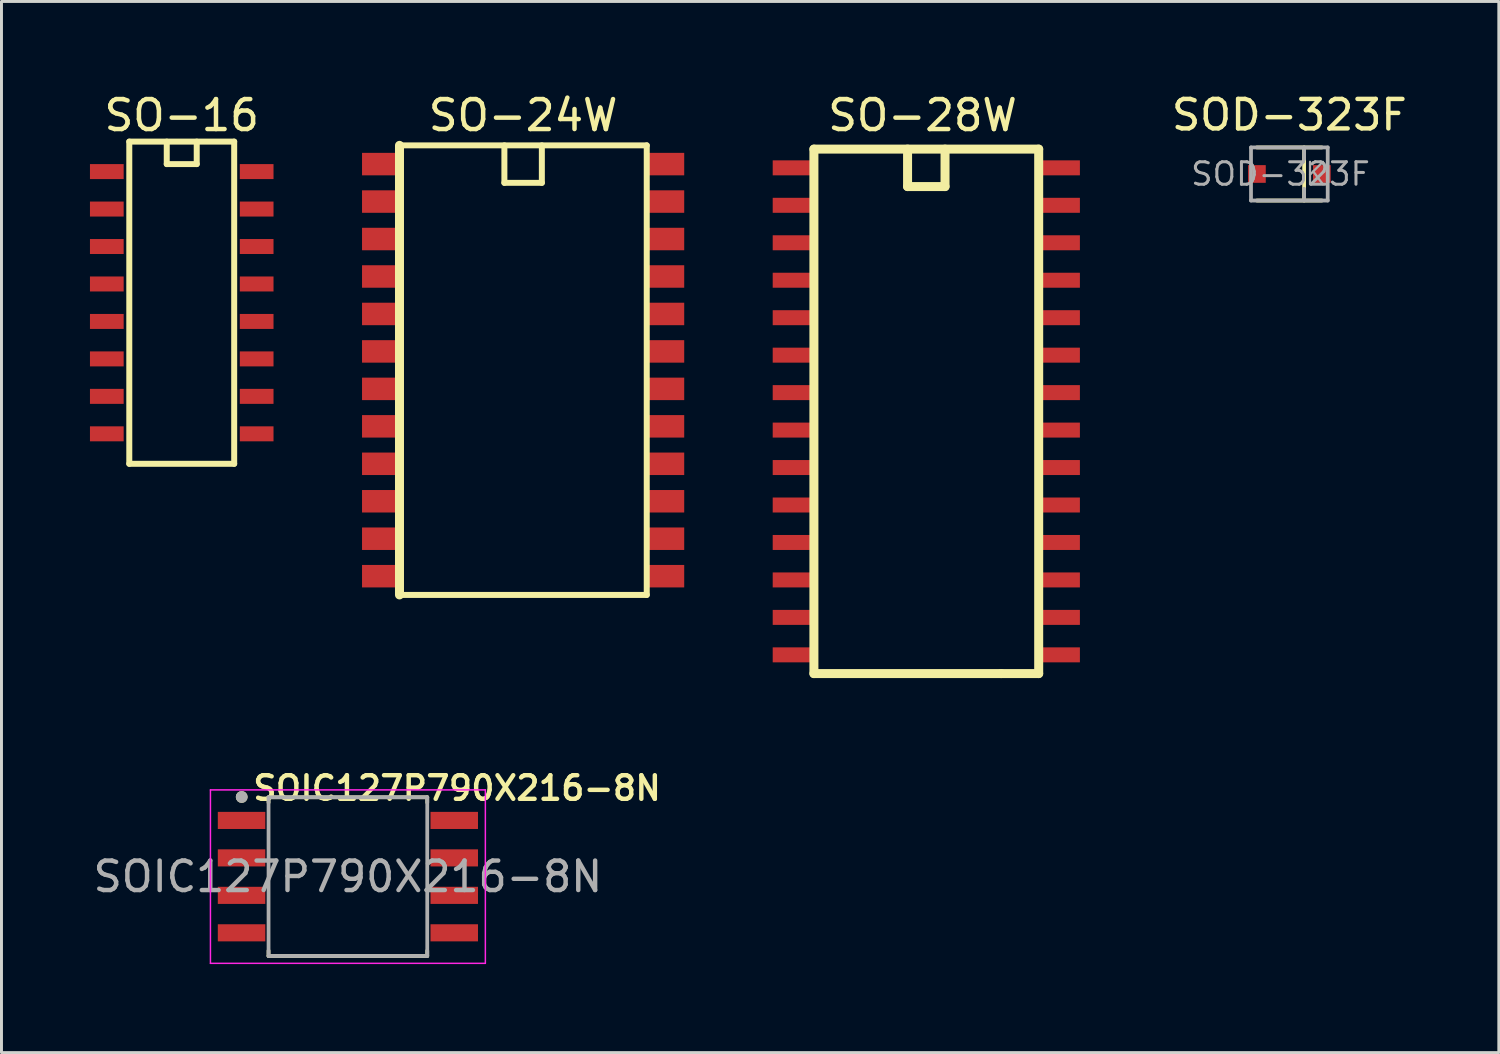
<source format=kicad_pcb>
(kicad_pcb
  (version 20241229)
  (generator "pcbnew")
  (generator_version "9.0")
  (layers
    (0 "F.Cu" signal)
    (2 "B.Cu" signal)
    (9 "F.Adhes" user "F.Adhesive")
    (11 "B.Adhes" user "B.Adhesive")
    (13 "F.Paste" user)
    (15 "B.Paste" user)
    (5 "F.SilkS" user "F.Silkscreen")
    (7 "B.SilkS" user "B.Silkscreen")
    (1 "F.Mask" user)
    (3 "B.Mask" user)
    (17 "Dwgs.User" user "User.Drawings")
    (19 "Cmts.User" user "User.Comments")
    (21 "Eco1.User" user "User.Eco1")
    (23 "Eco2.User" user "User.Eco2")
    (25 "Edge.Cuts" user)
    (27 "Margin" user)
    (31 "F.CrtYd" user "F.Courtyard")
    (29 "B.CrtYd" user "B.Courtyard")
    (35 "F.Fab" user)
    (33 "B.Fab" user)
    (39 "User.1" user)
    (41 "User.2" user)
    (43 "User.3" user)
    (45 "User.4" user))
  (footprint "SO-28W"
    (layer "F.Cu")
    (at 28.225 10.768)
    (property "Reference" "SO-28W" (at 0 -9.906 0) (layer "F.SilkS") (effects (font (size 1.016 1.016) (thickness 0.152))))
    (attr smd)
    (fp_line (start -3.683 -8.763) (end 3.937 -8.763) (stroke (width 0.305) (type solid)) (layer "F.SilkS"))
    (fp_line (start -3.683 9.017) (end -3.683 -8.763) (stroke (width 0.305) (type solid)) (layer "F.SilkS"))
    (fp_line (start -0.508 -7.493) (end -0.508 -8.763) (stroke (width 0.305) (type solid)) (layer "F.SilkS"))
    (fp_line (start 0.762 -8.763) (end 0.762 -7.493) (stroke (width 0.305) (type solid)) (layer "F.SilkS"))
    (fp_line (start 0.762 -7.493) (end -0.508 -7.493) (stroke (width 0.305) (type solid)) (layer "F.SilkS"))
    (fp_line (start 2.667 9.017) (end -3.683 9.017) (stroke (width 0.305) (type solid)) (layer "F.SilkS"))
    (fp_line (start 3.937 -8.763) (end 3.937 9.017) (stroke (width 0.305) (type solid)) (layer "F.SilkS"))
    (fp_line (start 3.937 9.017) (end 2.667 9.017) (stroke (width 0.305) (type solid)) (layer "F.SilkS"))
    (pad "1" smd rect (at -4.445 -8.128 270) (size 0.508 1.27) (layers "F.Cu" "F.Mask" "F.Paste"))
    (pad "2" smd rect (at -4.445 -6.858 270) (size 0.508 1.27) (layers "F.Cu" "F.Mask" "F.Paste"))
    (pad "3" smd rect (at -4.445 -5.588 270) (size 0.508 1.27) (layers "F.Cu" "F.Mask" "F.Paste"))
    (pad "4" smd rect (at -4.445 -4.318 270) (size 0.508 1.27) (layers "F.Cu" "F.Mask" "F.Paste"))
    (pad "5" smd rect (at -4.445 -3.048 270) (size 0.508 1.27) (layers "F.Cu" "F.Mask" "F.Paste"))
    (pad "6" smd rect (at -4.445 -1.778 270) (size 0.508 1.27) (layers "F.Cu" "F.Mask" "F.Paste"))
    (pad "7" smd rect (at -4.445 -0.508 270) (size 0.508 1.27) (layers "F.Cu" "F.Mask" "F.Paste"))
    (pad "8" smd rect (at -4.445 0.762 270) (size 0.508 1.27) (layers "F.Cu" "F.Mask" "F.Paste"))
    (pad "9" smd rect (at -4.445 2.032 270) (size 0.508 1.27) (layers "F.Cu" "F.Mask" "F.Paste"))
    (pad "10" smd rect (at -4.445 3.302 270) (size 0.508 1.27) (layers "F.Cu" "F.Mask" "F.Paste"))
    (pad "11" smd rect (at -4.445 4.572 270) (size 0.508 1.27) (layers "F.Cu" "F.Mask" "F.Paste"))
    (pad "12" smd rect (at -4.445 5.842 270) (size 0.508 1.27) (layers "F.Cu" "F.Mask" "F.Paste"))
    (pad "13" smd rect (at -4.445 7.112 270) (size 0.508 1.27) (layers "F.Cu" "F.Mask" "F.Paste"))
    (pad "14" smd rect (at -4.445 8.382 270) (size 0.508 1.27) (layers "F.Cu" "F.Mask" "F.Paste"))
    (pad "15" smd rect (at 4.699 8.382 270) (size 0.508 1.27) (layers "F.Cu" "F.Mask" "F.Paste"))
    (pad "16" smd rect (at 4.699 7.112 270) (size 0.508 1.27) (layers "F.Cu" "F.Mask" "F.Paste"))
    (pad "17" smd rect (at 4.699 5.842 270) (size 0.508 1.27) (layers "F.Cu" "F.Mask" "F.Paste"))
    (pad "18" smd rect (at 4.699 4.572 270) (size 0.508 1.27) (layers "F.Cu" "F.Mask" "F.Paste"))
    (pad "19" smd rect (at 4.699 3.302 270) (size 0.508 1.27) (layers "F.Cu" "F.Mask" "F.Paste"))
    (pad "20" smd rect (at 4.699 2.032 270) (size 0.508 1.27) (layers "F.Cu" "F.Mask" "F.Paste"))
    (pad "21" smd rect (at 4.699 0.762 270) (size 0.508 1.27) (layers "F.Cu" "F.Mask" "F.Paste"))
    (pad "22" smd rect (at 4.699 -0.508 270) (size 0.508 1.27) (layers "F.Cu" "F.Mask" "F.Paste"))
    (pad "23" smd rect (at 4.699 -1.778 270) (size 0.508 1.27) (layers "F.Cu" "F.Mask" "F.Paste"))
    (pad "24" smd rect (at 4.699 -3.048 270) (size 0.508 1.27) (layers "F.Cu" "F.Mask" "F.Paste"))
    (pad "25" smd rect (at 4.699 -4.318 270) (size 0.508 1.27) (layers "F.Cu" "F.Mask" "F.Paste"))
    (pad "26" smd rect (at 4.699 -5.588 270) (size 0.508 1.27) (layers "F.Cu" "F.Mask" "F.Paste"))
    (pad "27" smd rect (at 4.699 -6.858 270) (size 0.508 1.27) (layers "F.Cu" "F.Mask" "F.Paste"))
    (pad "28" smd rect (at 4.699 -8.128 270) (size 0.508 1.27) (layers "F.Cu" "F.Mask" "F.Paste")))
  (footprint "SO-24W"
    (layer "F.Cu")
    (at 14.684 9.498)
    (property "Reference" "SO-24W" (at 0 -8.636 0) (layer "F.SilkS") (effects (font (size 1.016 1.016) (thickness 0.152))))
    (attr smd)
    (fp_line (start -4.191 -7.62) (end -4.191 7.62) (stroke (width 0.305) (type solid)) (layer "F.SilkS"))
    (fp_line (start -4.191 7.62) (end 4.191 7.62) (stroke (width 0.203) (type solid)) (layer "F.SilkS"))
    (fp_line (start -0.635 -6.35) (end -0.635 -7.62) (stroke (width 0.203) (type solid)) (layer "F.SilkS"))
    (fp_line (start 0.635 -7.62) (end 0.635 -6.35) (stroke (width 0.203) (type solid)) (layer "F.SilkS"))
    (fp_line (start 0.635 -6.35) (end -0.635 -6.35) (stroke (width 0.203) (type solid)) (layer "F.SilkS"))
    (fp_line (start 4.191 -7.62) (end -4.191 -7.62) (stroke (width 0.203) (type solid)) (layer "F.SilkS"))
    (fp_line (start 4.191 7.62) (end 4.191 -7.62) (stroke (width 0.203) (type solid)) (layer "F.SilkS"))
    (pad "1" smd rect (at -4.826 -6.985 270) (size 0.762 1.27) (layers "F.Cu" "F.Mask" "F.Paste"))
    (pad "2" smd rect (at -4.826 -5.715 270) (size 0.762 1.27) (layers "F.Cu" "F.Mask" "F.Paste"))
    (pad "3" smd rect (at -4.826 -4.445 270) (size 0.762 1.27) (layers "F.Cu" "F.Mask" "F.Paste"))
    (pad "4" smd rect (at -4.826 -3.175 270) (size 0.762 1.27) (layers "F.Cu" "F.Mask" "F.Paste"))
    (pad "5" smd rect (at -4.826 -1.905 270) (size 0.762 1.27) (layers "F.Cu" "F.Mask" "F.Paste"))
    (pad "6" smd rect (at -4.826 -0.635 270) (size 0.762 1.27) (layers "F.Cu" "F.Mask" "F.Paste"))
    (pad "7" smd rect (at -4.826 0.635 270) (size 0.762 1.27) (layers "F.Cu" "F.Mask" "F.Paste"))
    (pad "8" smd rect (at -4.826 1.905 270) (size 0.762 1.27) (layers "F.Cu" "F.Mask" "F.Paste"))
    (pad "9" smd rect (at -4.826 3.175 270) (size 0.762 1.27) (layers "F.Cu" "F.Mask" "F.Paste"))
    (pad "10" smd rect (at -4.826 4.445 270) (size 0.762 1.27) (layers "F.Cu" "F.Mask" "F.Paste"))
    (pad "11" smd rect (at -4.826 5.715 270) (size 0.762 1.27) (layers "F.Cu" "F.Mask" "F.Paste"))
    (pad "12" smd rect (at -4.826 6.985 270) (size 0.762 1.27) (layers "F.Cu" "F.Mask" "F.Paste"))
    (pad "13" smd rect (at 4.826 6.985 270) (size 0.762 1.27) (layers "F.Cu" "F.Mask" "F.Paste"))
    (pad "14" smd rect (at 4.826 5.715 270) (size 0.762 1.27) (layers "F.Cu" "F.Mask" "F.Paste"))
    (pad "15" smd rect (at 4.826 4.445 270) (size 0.762 1.27) (layers "F.Cu" "F.Mask" "F.Paste"))
    (pad "16" smd rect (at 4.826 3.175 270) (size 0.762 1.27) (layers "F.Cu" "F.Mask" "F.Paste"))
    (pad "17" smd rect (at 4.826 1.905 270) (size 0.762 1.27) (layers "F.Cu" "F.Mask" "F.Paste"))
    (pad "18" smd rect (at 4.826 0.635 270) (size 0.762 1.27) (layers "F.Cu" "F.Mask" "F.Paste"))
    (pad "19" smd rect (at 4.826 -0.635 270) (size 0.762 1.27) (layers "F.Cu" "F.Mask" "F.Paste"))
    (pad "20" smd rect (at 4.826 -1.905 270) (size 0.762 1.27) (layers "F.Cu" "F.Mask" "F.Paste"))
    (pad "21" smd rect (at 4.826 -3.175 270) (size 0.762 1.27) (layers "F.Cu" "F.Mask" "F.Paste"))
    (pad "22" smd rect (at 4.826 -4.445 270) (size 0.762 1.27) (layers "F.Cu" "F.Mask" "F.Paste"))
    (pad "23" smd rect (at 4.826 -5.715 270) (size 0.762 1.27) (layers "F.Cu" "F.Mask" "F.Paste"))
    (pad "24" smd rect (at 4.826 -6.985 270) (size 0.762 1.27) (layers "F.Cu" "F.Mask" "F.Paste")))
  (footprint "SO-16"
    (layer "F.Cu")
    (at 3.111 7.212)
    (property "Reference" "SO-16" (at 0 -6.35 0) (layer "F.SilkS") (effects (font (size 1.016 1.016) (thickness 0.152))))
    (attr smd)
    (fp_line (start -1.778 -5.461) (end 1.778 -5.461) (stroke (width 0.203) (type solid)) (layer "F.SilkS"))
    (fp_line (start -1.778 5.461) (end -1.778 -5.461) (stroke (width 0.203) (type solid)) (layer "F.SilkS"))
    (fp_line (start -0.508 -4.699) (end -0.508 -5.461) (stroke (width 0.203) (type solid)) (layer "F.SilkS"))
    (fp_line (start 0.508 -5.461) (end 0.508 -4.699) (stroke (width 0.203) (type solid)) (layer "F.SilkS"))
    (fp_line (start 0.508 -4.699) (end -0.508 -4.699) (stroke (width 0.203) (type solid)) (layer "F.SilkS"))
    (fp_line (start 1.778 -5.461) (end 1.778 5.461) (stroke (width 0.203) (type solid)) (layer "F.SilkS"))
    (fp_line (start 1.778 5.461) (end -1.778 5.461) (stroke (width 0.203) (type solid)) (layer "F.SilkS"))
    (pad "1" smd rect (at -2.54 -4.445 270) (size 0.508 1.143) (layers "F.Cu" "F.Mask" "F.Paste"))
    (pad "2" smd rect (at -2.54 -3.175 270) (size 0.508 1.143) (layers "F.Cu" "F.Mask" "F.Paste"))
    (pad "3" smd rect (at -2.54 -1.905 270) (size 0.508 1.143) (layers "F.Cu" "F.Mask" "F.Paste"))
    (pad "4" smd rect (at -2.54 -0.635 270) (size 0.508 1.143) (layers "F.Cu" "F.Mask" "F.Paste"))
    (pad "5" smd rect (at -2.54 0.635 270) (size 0.508 1.143) (layers "F.Cu" "F.Mask" "F.Paste"))
    (pad "6" smd rect (at -2.54 1.905 270) (size 0.508 1.143) (layers "F.Cu" "F.Mask" "F.Paste"))
    (pad "7" smd rect (at -2.54 3.175 270) (size 0.508 1.143) (layers "F.Cu" "F.Mask" "F.Paste"))
    (pad "8" smd rect (at -2.54 4.445 270) (size 0.508 1.143) (layers "F.Cu" "F.Mask" "F.Paste"))
    (pad "9" smd rect (at 2.54 4.445 270) (size 0.508 1.143) (layers "F.Cu" "F.Mask" "F.Paste"))
    (pad "10" smd rect (at 2.54 3.175 270) (size 0.508 1.143) (layers "F.Cu" "F.Mask" "F.Paste"))
    (pad "11" smd rect (at 2.54 1.905 270) (size 0.508 1.143) (layers "F.Cu" "F.Mask" "F.Paste"))
    (pad "12" smd rect (at 2.54 0.635 270) (size 0.508 1.143) (layers "F.Cu" "F.Mask" "F.Paste"))
    (pad "13" smd rect (at 2.54 -0.635 270) (size 0.508 1.143) (layers "F.Cu" "F.Mask" "F.Paste"))
    (pad "14" smd rect (at 2.54 -1.905 270) (size 0.508 1.143) (layers "F.Cu" "F.Mask" "F.Paste"))
    (pad "15" smd rect (at 2.54 -3.175 270) (size 0.508 1.143) (layers "F.Cu" "F.Mask" "F.Paste"))
    (pad "16" smd rect (at 2.54 -4.445 270) (size 0.508 1.143) (layers "F.Cu" "F.Mask" "F.Paste")))
  (footprint "SOD-323F"
    (layer "F.Cu")
    (at 40.66 2.848)
    (property "Reference" "SOD-323F" (at 0 -2 0) (layer "F.SilkS") (effects (font (size 1 1) (thickness 0.15))))
    (attr smd)
    (fp_line (start -1.1 -0.9) (end 1.1 -0.9) (stroke (width 0.13) (type solid)) (layer "F.SilkS"))
    (fp_line (start -1.1 0.9) (end 1.1 0.9) (stroke (width 0.13) (type solid)) (layer "F.SilkS"))
    (fp_line (start 0.5 -0.9) (end 0.5 0.9) (stroke (width 0.127) (type solid)) (layer "F.SilkS"))
    (fp_line (start -1.3 -0.9) (end 1.3 -0.9) (stroke (width 0.13) (type solid)) (layer "F.Fab"))
    (fp_line (start -1.3 0.9) (end -1.3 -0.9) (stroke (width 0.127) (type solid)) (layer "F.Fab"))
    (fp_line (start -1.3 0.9) (end 1.3 0.9) (stroke (width 0.13) (type solid)) (layer "F.Fab"))
    (fp_line (start 0.5 -0.9) (end 0.5 -0.5) (stroke (width 0.127) (type solid)) (layer "F.Fab"))
    (fp_line (start 0.5 0.9) (end 0.5 0.5) (stroke (width 0.127) (type solid)) (layer "F.Fab"))
    (fp_line (start 1.3 0.9) (end 1.3 -0.9) (stroke (width 0.127) (type solid)) (layer "F.Fab"))
    (fp_text user "K" (at 0.9 0 0) (layer "F.Fab") (effects (font (size 0.762 0.762) (thickness 0.076))))
    (fp_text user "${REFERENCE}" (at -0.3 0 0) (layer "F.Fab") (effects (font (size 0.762 0.762) (thickness 0.102))))
    (pad "1" smd rect (at 1.1 0) (size 0.6 0.6) (layers "F.Cu" "F.Mask" "F.Paste"))
    (pad "2" smd rect (at -1.1 0) (size 0.6 0.6) (layers "F.Cu" "F.Mask" "F.Paste")))
  (footprint "SOIC127P790X216-8N"
    (layer "F.Cu")
    (at 8.744 26.668)
    (property "Reference" "SOIC127P790X216-8N" (at 3.7 -3 0) (layer "F.SilkS") (effects (font (size 0.8 0.8) (thickness 0.15))))
    (attr through_hole)
    (fp_line (start -2.69 -2.69) (end -2.69 -2.51) (stroke (width 0.127) (type solid)) (layer "F.SilkS"))
    (fp_line (start -2.69 -2.69) (end 2.69 -2.69) (stroke (width 0.127) (type solid)) (layer "F.SilkS"))
    (fp_line (start -2.69 2.51) (end -2.69 2.69) (stroke (width 0.127) (type solid)) (layer "F.SilkS"))
    (fp_line (start -2.69 2.69) (end 2.69 2.69) (stroke (width 0.127) (type solid)) (layer "F.SilkS"))
    (fp_line (start 2.69 -2.69) (end 2.69 -2.51) (stroke (width 0.127) (type solid)) (layer "F.SilkS"))
    (fp_line (start 2.69 2.51) (end 2.69 2.69) (stroke (width 0.127) (type solid)) (layer "F.SilkS"))
    (fp_circle (center -3.6 -2.7) (end -3.5 -2.7) (stroke (width 0.2) (type solid)) (fill no) (layer "F.SilkS"))
    (fp_line (start -4.66 -2.94) (end -4.66 2.94) (stroke (width 0.05) (type solid)) (layer "F.CrtYd"))
    (fp_line (start -4.66 -2.94) (end 4.66 -2.94) (stroke (width 0.05) (type solid)) (layer "F.CrtYd"))
    (fp_line (start -4.66 2.94) (end 4.66 2.94) (stroke (width 0.05) (type solid)) (layer "F.CrtYd"))
    (fp_line (start 4.66 -2.94) (end 4.66 2.94) (stroke (width 0.05) (type solid)) (layer "F.CrtYd"))
    (fp_line (start -2.69 -2.69) (end -2.69 2.69) (stroke (width 0.127) (type solid)) (layer "F.Fab"))
    (fp_line (start -2.69 -2.69) (end 2.69 -2.69) (stroke (width 0.127) (type solid)) (layer "F.Fab"))
    (fp_line (start -2.69 2.69) (end 2.69 2.69) (stroke (width 0.127) (type solid)) (layer "F.Fab"))
    (fp_line (start 2.69 -2.69) (end 2.69 2.69) (stroke (width 0.127) (type solid)) (layer "F.Fab"))
    (fp_circle (center -3.6 -2.7) (end -3.5 -2.7) (stroke (width 0.2) (type solid)) (fill no) (layer "F.Fab"))
    (fp_text user "${REFERENCE}" (at 0 0 0) (layer "F.Fab") (effects (font (size 1 1) (thickness 0.15))))
    (pad "1" smd rect (at -3.605 -1.905) (size 1.61 0.58) (layers "F.Cu" "F.Mask" "F.Paste"))
    (pad "2" smd rect (at -3.605 -0.635) (size 1.61 0.58) (layers "F.Cu" "F.Mask" "F.Paste"))
    (pad "3" smd rect (at -3.605 0.635) (size 1.61 0.58) (layers "F.Cu" "F.Mask" "F.Paste"))
    (pad "4" smd rect (at -3.605 1.905) (size 1.61 0.58) (layers "F.Cu" "F.Mask" "F.Paste"))
    (pad "5" smd rect (at 3.605 1.905) (size 1.61 0.58) (layers "F.Cu" "F.Mask" "F.Paste"))
    (pad "6" smd rect (at 3.605 0.635) (size 1.61 0.58) (layers "F.Cu" "F.Mask" "F.Paste"))
    (pad "7" smd rect (at 3.605 -0.635) (size 1.61 0.58) (layers "F.Cu" "F.Mask" "F.Paste"))
    (pad "8" smd rect (at 3.605 -1.905) (size 1.61 0.58) (layers "F.Cu" "F.Mask" "F.Paste")))
  (gr_rect
    (start -3 -3)
    (end 47.761 32.633)
    (stroke (width 0.1) (type default))
    (fill no)
    (layer "Edge.Cuts")))
</source>
